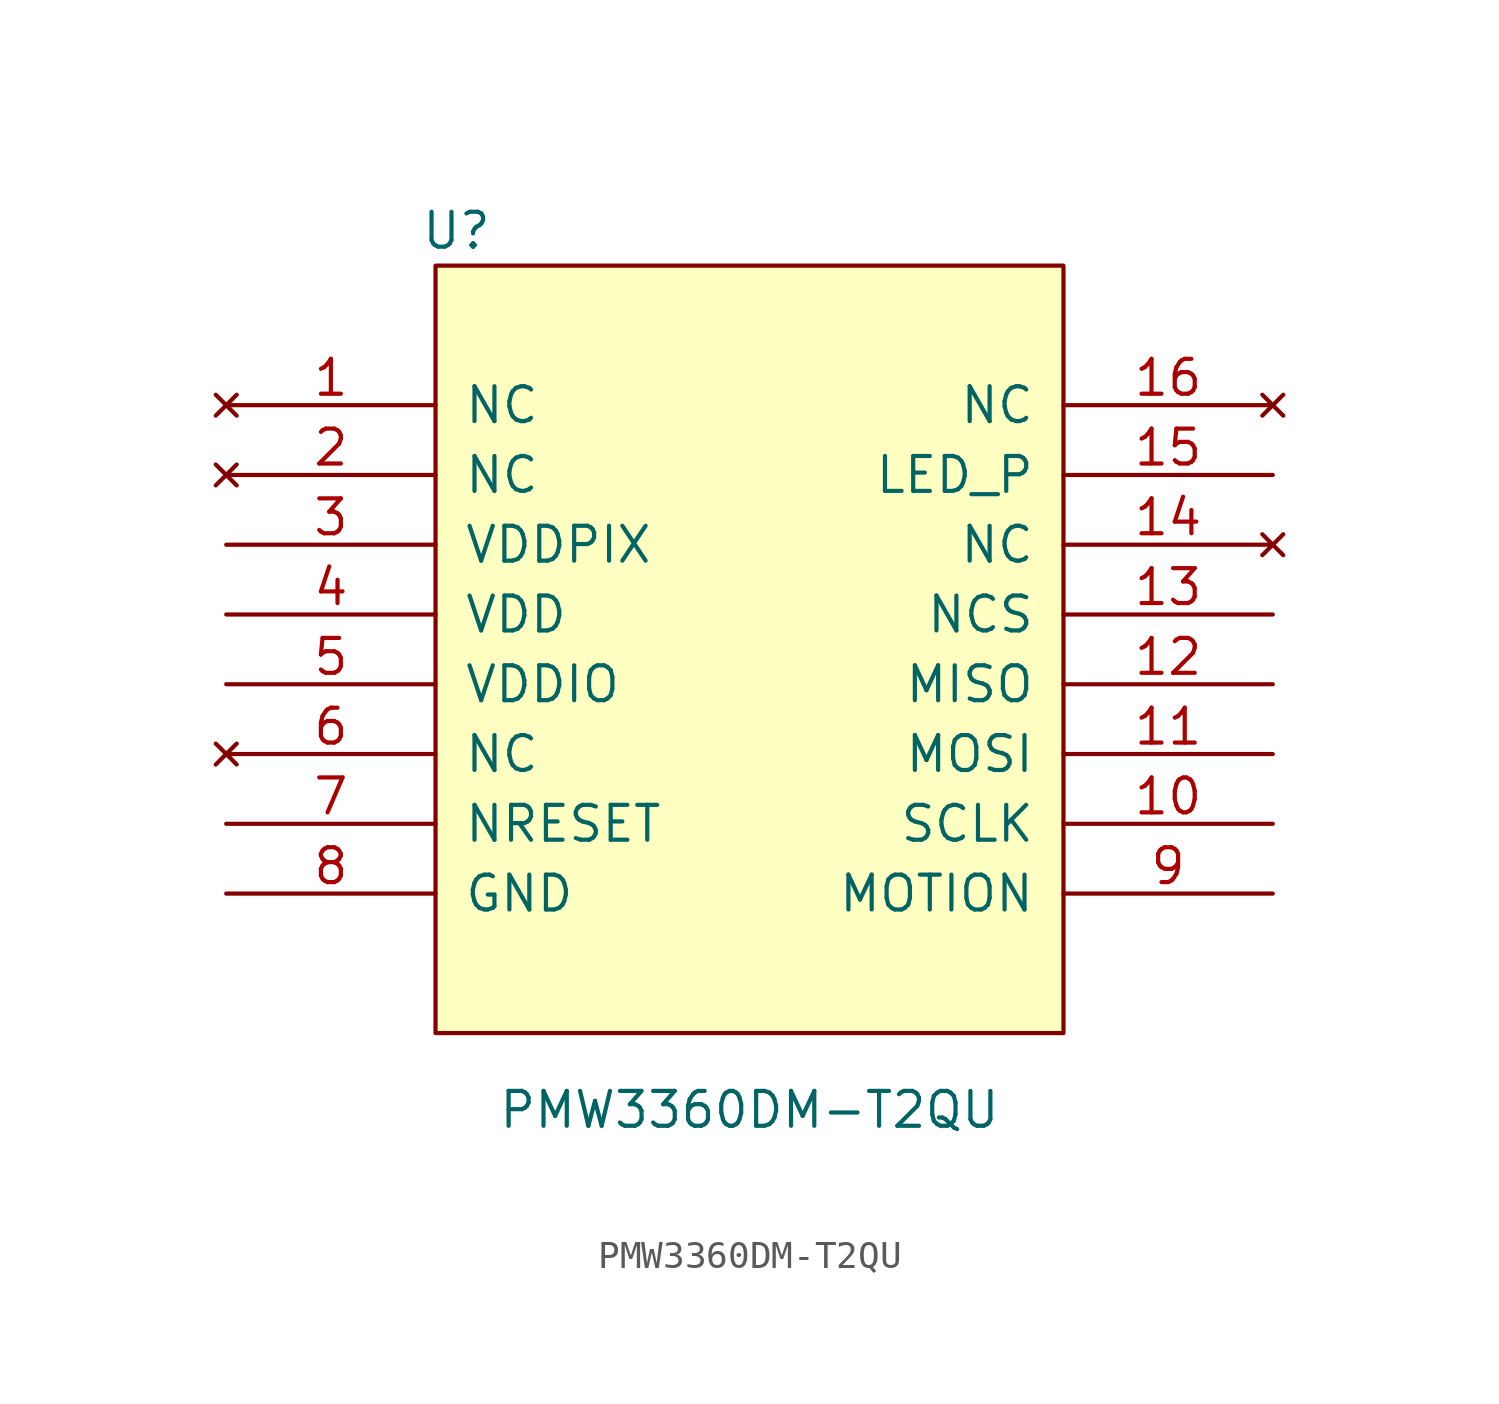
<source format=kicad_sym>
(kicad_symbol_lib
  (version 20231120)
  (generator "kicad_symbol_editor")
  (generator_version "8.0")
  (symbol "PMW3360DM-T2QU"
    (pin_names
      (offset 1.016))
    (property "Reference" "U"
      (at -10.668 15.24 0)
      (effects (font (size 1.27 1.27))))
    (property "Value" "PMW3360DM-T2QU"
      (at 0 -16.764 0)
      (effects (font (size 1.27 1.27))))
    (symbol "PMW3360DM-T2QU_1_0"
      (rectangle (start -11.43 13.97) (end 11.43 -13.97) (stroke (width 0) (type solid)) (fill (type background))))
    (symbol "PMW3360DM-T2QU_1_1"
      (pin no_connect line (at -19.05 8.89 0) (length 7.62) (name "NC" (effects (font (size 1.27 1.27)))) (number "1" (effects (font (size 1.27 1.27)))))
      (pin input line (at 19.05 -6.35 180) (length 7.62) (name "SCLK" (effects (font (size 1.27 1.27)))) (number "10" (effects (font (size 1.27 1.27)))))
      (pin input line (at 19.05 -3.81 180) (length 7.62) (name "MOSI" (effects (font (size 1.27 1.27)))) (number "11" (effects (font (size 1.27 1.27)))))
      (pin output line (at 19.05 -1.27 180) (length 7.62) (name "MISO" (effects (font (size 1.27 1.27)))) (number "12" (effects (font (size 1.27 1.27)))))
      (pin input line (at 19.05 1.27 180) (length 7.62) (name "NCS" (effects (font (size 1.27 1.27)))) (number "13" (effects (font (size 1.27 1.27)))))
      (pin no_connect line (at 19.05 3.81 180) (length 7.62) (name "NC" (effects (font (size 1.27 1.27)))) (number "14" (effects (font (size 1.27 1.27)))))
      (pin input line (at 19.05 6.35 180) (length 7.62) (name "LED_P" (effects (font (size 1.27 1.27)))) (number "15" (effects (font (size 1.27 1.27)))))
      (pin no_connect line (at 19.05 8.89 180) (length 7.62) (name "NC" (effects (font (size 1.27 1.27)))) (number "16" (effects (font (size 1.27 1.27)))))
      (pin no_connect line (at -19.05 6.35 0) (length 7.62) (name "NC" (effects (font (size 1.27 1.27)))) (number "2" (effects (font (size 1.27 1.27)))))
      (pin power_out line (at -19.05 3.81 0) (length 7.62) (name "VDDPIX" (effects (font (size 1.27 1.27)))) (number "3" (effects (font (size 1.27 1.27)))))
      (pin power_in line (at -19.05 1.27 0) (length 7.62) (name "VDD" (effects (font (size 1.27 1.27)))) (number "4" (effects (font (size 1.27 1.27)))))
      (pin power_in line (at -19.05 -1.27 0) (length 7.62) (name "VDDIO" (effects (font (size 1.27 1.27)))) (number "5" (effects (font (size 1.27 1.27)))))
      (pin no_connect line (at -19.05 -3.81 0) (length 7.62) (name "NC" (effects (font (size 1.27 1.27)))) (number "6" (effects (font (size 1.27 1.27)))))
      (pin input line (at -19.05 -6.35 0) (length 7.62) (name "NRESET" (effects (font (size 1.27 1.27)))) (number "7" (effects (font (size 1.27 1.27)))))
      (pin input line (at -19.05 -8.89 0) (length 7.62) (name "GND" (effects (font (size 1.27 1.27)))) (number "8" (effects (font (size 1.27 1.27)))))
      (pin output line (at 19.05 -8.89 180) (length 7.62) (name "MOTION" (effects (font (size 1.27 1.27)))) (number "9" (effects (font (size 1.27 1.27))))))))
</source>
